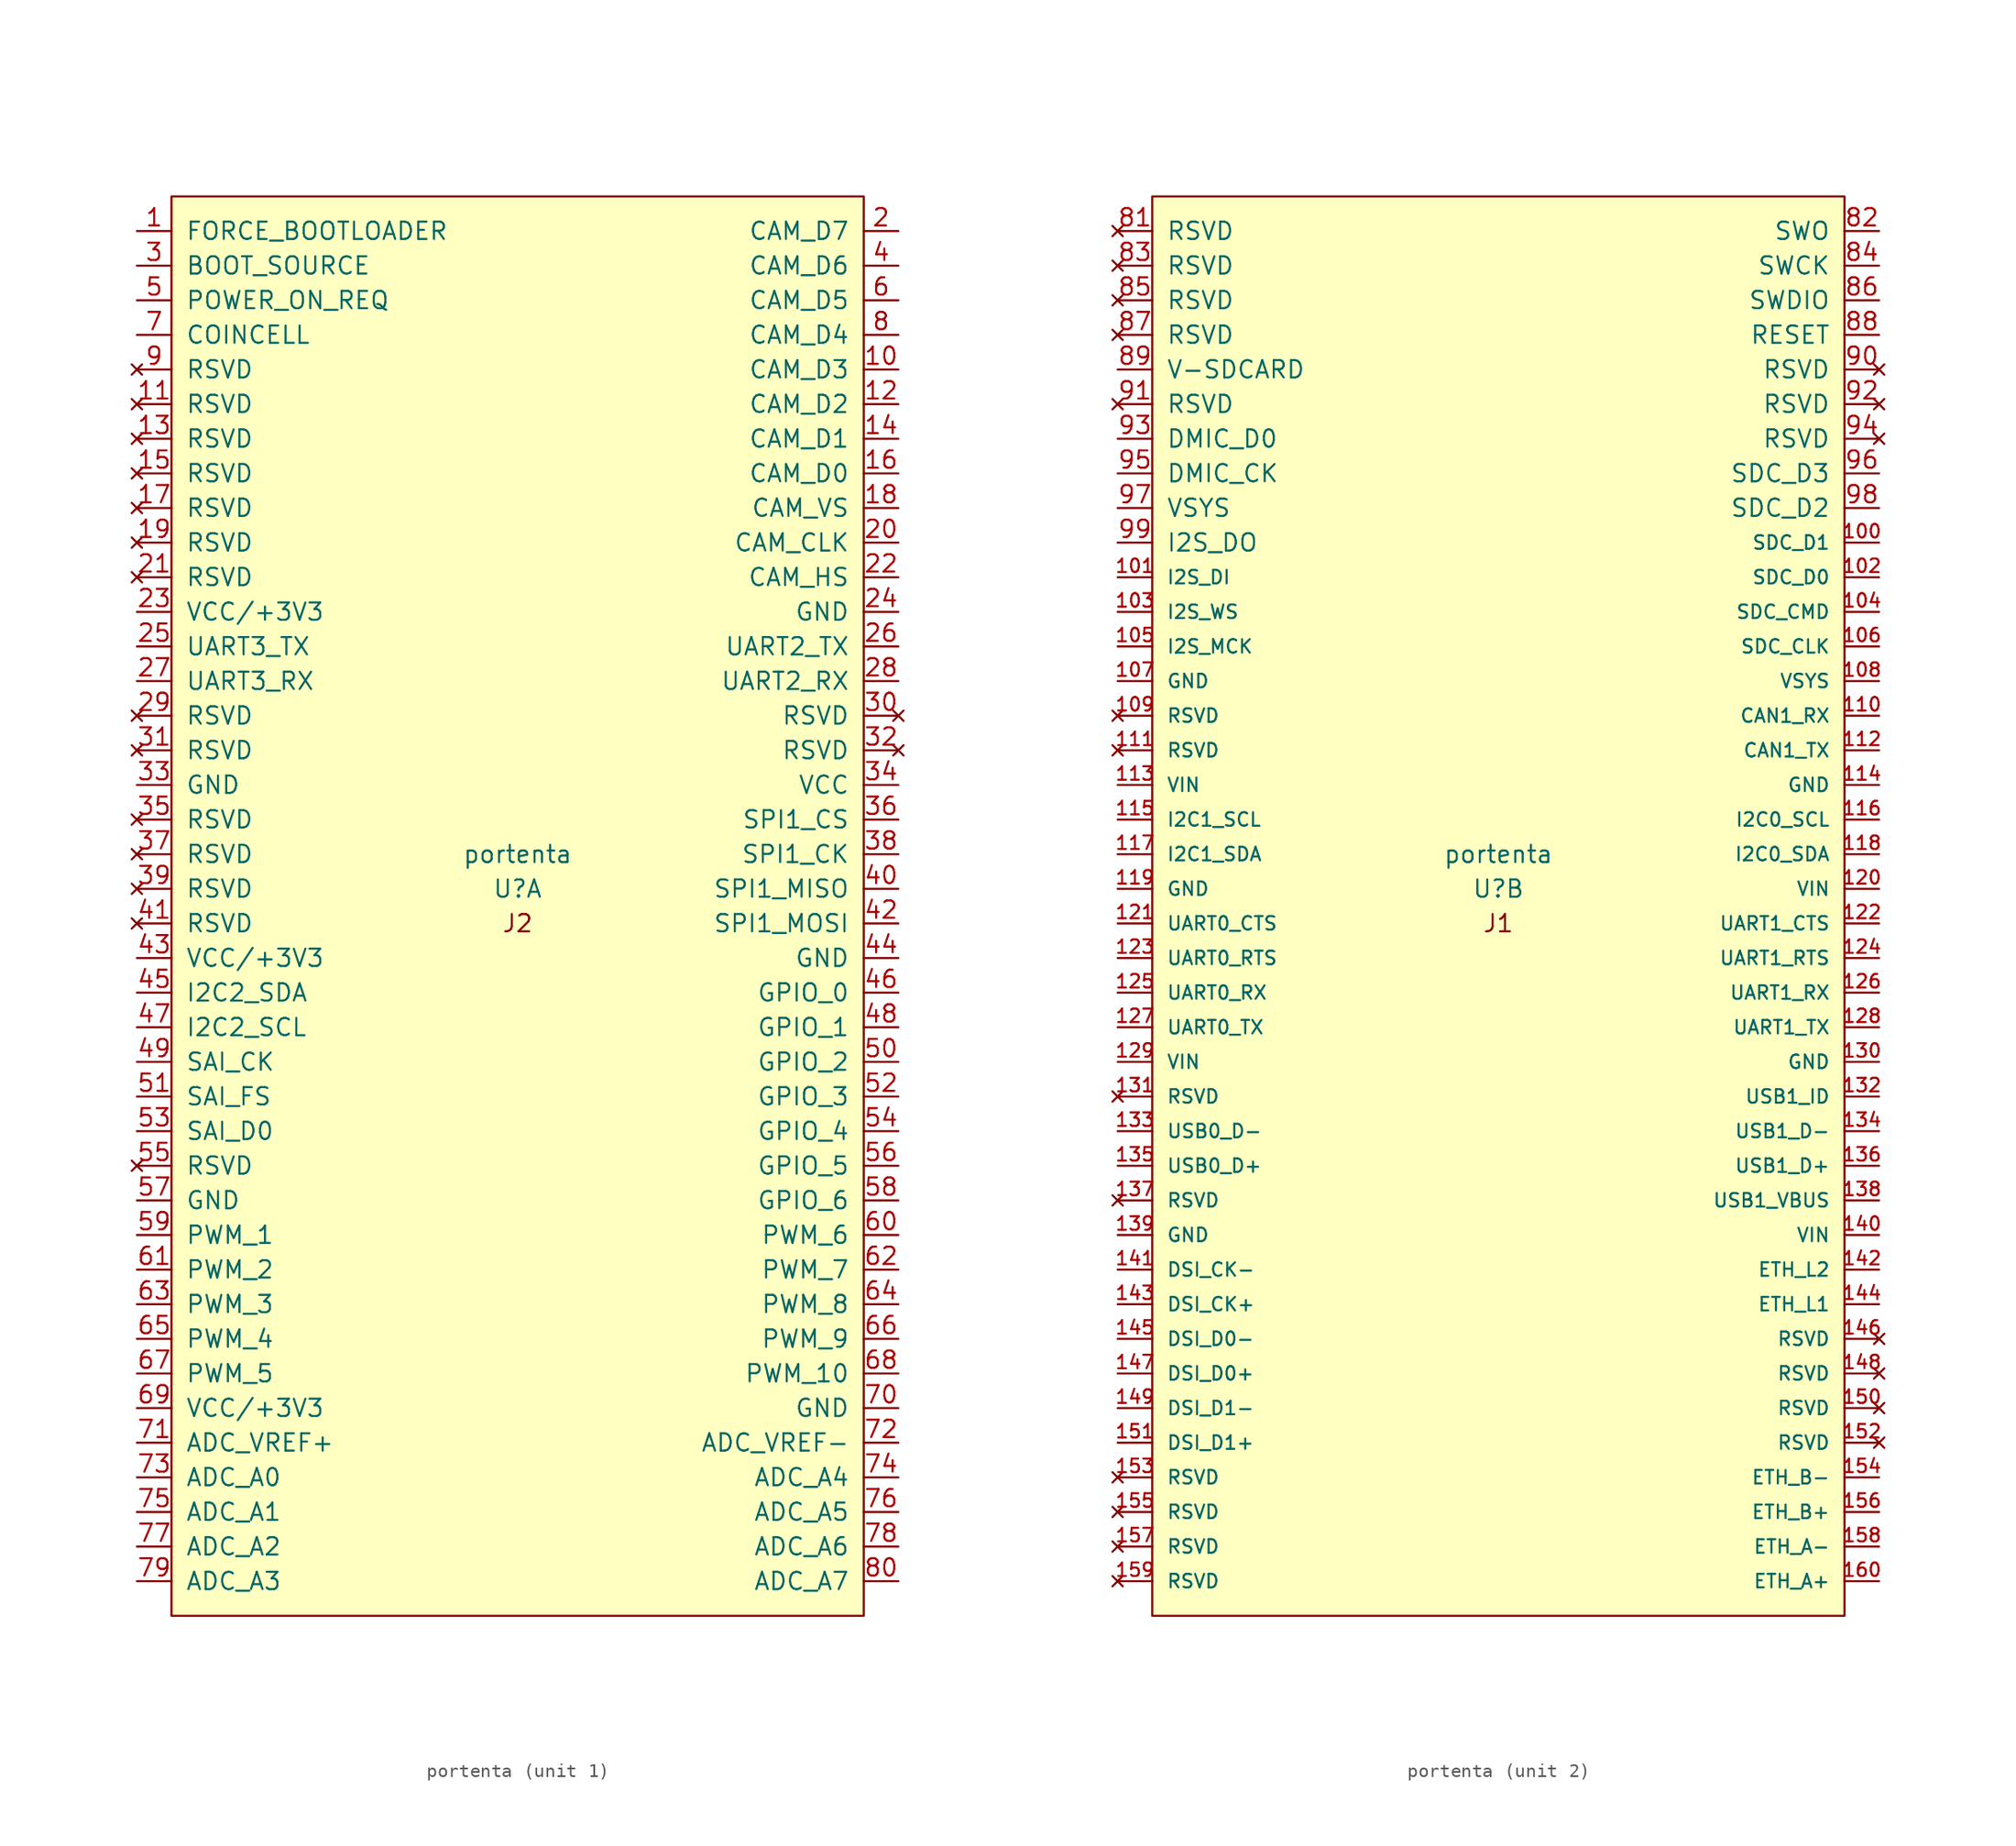
<source format=kicad_sym>
(kicad_symbol_lib
  (version 20210619)
  (generator kicad_symbol_editor)
  (symbol "cusom_symbols:portenta"
    (pin_names
      (offset 1.016))
    (property "Reference" "U"
      (at 0 0 0)
      (effects (font (size 1.27 1.27))))
    (property "Value" "portenta"
      (at 0 2.54 0)
      (effects (font (size 1.27 1.27))))
    (symbol "portenta_0_0"
      (rectangle (start -25.4 50.8) (end 25.4 -53.34) (stroke (width 0)) (fill (type background))))
    (symbol "portenta_1_1"
      (text "J2" (at 0 -2.54 0) (effects (font (size 1.27 1.27))))
      (pin input line (at -27.94 48.26 0) (length 2.54) (name "FORCE_BOOTLOADER" (effects (font (size 1.27 1.27)))) (number "1" (effects (font (size 1.27 1.27)))))
      (pin input line (at 27.94 38.1 180) (length 2.54) (name "CAM_D3" (effects (font (size 1.27 1.27)))) (number "10" (effects (font (size 1.27 1.27)))))
      (pin no_connect line (at -27.94 35.56 0) (length 2.54) (name "RSVD" (effects (font (size 1.27 1.27)))) (number "11" (effects (font (size 1.27 1.27)))))
      (pin input line (at 27.94 35.56 180) (length 2.54) (name "CAM_D2" (effects (font (size 1.27 1.27)))) (number "12" (effects (font (size 1.27 1.27)))))
      (pin no_connect line (at -27.94 33.02 0) (length 2.54) (name "RSVD" (effects (font (size 1.27 1.27)))) (number "13" (effects (font (size 1.27 1.27)))))
      (pin input line (at 27.94 33.02 180) (length 2.54) (name "CAM_D1" (effects (font (size 1.27 1.27)))) (number "14" (effects (font (size 1.27 1.27)))))
      (pin no_connect line (at -27.94 30.48 0) (length 2.54) (name "RSVD" (effects (font (size 1.27 1.27)))) (number "15" (effects (font (size 1.27 1.27)))))
      (pin input line (at 27.94 30.48 180) (length 2.54) (name "CAM_D0" (effects (font (size 1.27 1.27)))) (number "16" (effects (font (size 1.27 1.27)))))
      (pin no_connect line (at -27.94 27.94 0) (length 2.54) (name "RSVD" (effects (font (size 1.27 1.27)))) (number "17" (effects (font (size 1.27 1.27)))))
      (pin input line (at 27.94 27.94 180) (length 2.54) (name "CAM_VS" (effects (font (size 1.27 1.27)))) (number "18" (effects (font (size 1.27 1.27)))))
      (pin no_connect line (at -27.94 25.4 0) (length 2.54) (name "RSVD" (effects (font (size 1.27 1.27)))) (number "19" (effects (font (size 1.27 1.27)))))
      (pin input line (at 27.94 48.26 180) (length 2.54) (name "CAM_D7" (effects (font (size 1.27 1.27)))) (number "2" (effects (font (size 1.27 1.27)))))
      (pin input line (at 27.94 25.4 180) (length 2.54) (name "CAM_CLK" (effects (font (size 1.27 1.27)))) (number "20" (effects (font (size 1.27 1.27)))))
      (pin no_connect line (at -27.94 22.86 0) (length 2.54) (name "RSVD" (effects (font (size 1.27 1.27)))) (number "21" (effects (font (size 1.27 1.27)))))
      (pin input line (at 27.94 22.86 180) (length 2.54) (name "CAM_HS" (effects (font (size 1.27 1.27)))) (number "22" (effects (font (size 1.27 1.27)))))
      (pin input line (at -27.94 20.32 0) (length 2.54) (name "VCC/+3V3" (effects (font (size 1.27 1.27)))) (number "23" (effects (font (size 1.27 1.27)))))
      (pin input line (at 27.94 20.32 180) (length 2.54) (name "GND" (effects (font (size 1.27 1.27)))) (number "24" (effects (font (size 1.27 1.27)))))
      (pin input line (at -27.94 17.78 0) (length 2.54) (name "UART3_TX" (effects (font (size 1.27 1.27)))) (number "25" (effects (font (size 1.27 1.27)))))
      (pin input line (at 27.94 17.78 180) (length 2.54) (name "UART2_TX" (effects (font (size 1.27 1.27)))) (number "26" (effects (font (size 1.27 1.27)))))
      (pin input line (at -27.94 15.24 0) (length 2.54) (name "UART3_RX" (effects (font (size 1.27 1.27)))) (number "27" (effects (font (size 1.27 1.27)))))
      (pin input line (at 27.94 15.24 180) (length 2.54) (name "UART2_RX" (effects (font (size 1.27 1.27)))) (number "28" (effects (font (size 1.27 1.27)))))
      (pin no_connect line (at -27.94 12.7 0) (length 2.54) (name "RSVD" (effects (font (size 1.27 1.27)))) (number "29" (effects (font (size 1.27 1.27)))))
      (pin input line (at -27.94 45.72 0) (length 2.54) (name "BOOT_SOURCE" (effects (font (size 1.27 1.27)))) (number "3" (effects (font (size 1.27 1.27)))))
      (pin no_connect line (at 27.94 12.7 180) (length 2.54) (name "RSVD" (effects (font (size 1.27 1.27)))) (number "30" (effects (font (size 1.27 1.27)))))
      (pin no_connect line (at -27.94 10.16 0) (length 2.54) (name "RSVD" (effects (font (size 1.27 1.27)))) (number "31" (effects (font (size 1.27 1.27)))))
      (pin no_connect line (at 27.94 10.16 180) (length 2.54) (name "RSVD" (effects (font (size 1.27 1.27)))) (number "32" (effects (font (size 1.27 1.27)))))
      (pin input line (at -27.94 7.62 0) (length 2.54) (name "GND" (effects (font (size 1.27 1.27)))) (number "33" (effects (font (size 1.27 1.27)))))
      (pin input line (at 27.94 7.62 180) (length 2.54) (name "VCC" (effects (font (size 1.27 1.27)))) (number "34" (effects (font (size 1.27 1.27)))))
      (pin no_connect line (at -27.94 5.08 0) (length 2.54) (name "RSVD" (effects (font (size 1.27 1.27)))) (number "35" (effects (font (size 1.27 1.27)))))
      (pin input line (at 27.94 5.08 180) (length 2.54) (name "SPI1_CS" (effects (font (size 1.27 1.27)))) (number "36" (effects (font (size 1.27 1.27)))))
      (pin no_connect line (at -27.94 2.54 0) (length 2.54) (name "RSVD" (effects (font (size 1.27 1.27)))) (number "37" (effects (font (size 1.27 1.27)))))
      (pin input line (at 27.94 2.54 180) (length 2.54) (name "SPI1_CK" (effects (font (size 1.27 1.27)))) (number "38" (effects (font (size 1.27 1.27)))))
      (pin no_connect line (at -27.94 0 0) (length 2.54) (name "RSVD" (effects (font (size 1.27 1.27)))) (number "39" (effects (font (size 1.27 1.27)))))
      (pin input line (at 27.94 45.72 180) (length 2.54) (name "CAM_D6" (effects (font (size 1.27 1.27)))) (number "4" (effects (font (size 1.27 1.27)))))
      (pin input line (at 27.94 0 180) (length 2.54) (name "SPI1_MISO" (effects (font (size 1.27 1.27)))) (number "40" (effects (font (size 1.27 1.27)))))
      (pin no_connect line (at -27.94 -2.54 0) (length 2.54) (name "RSVD" (effects (font (size 1.27 1.27)))) (number "41" (effects (font (size 1.27 1.27)))))
      (pin input line (at 27.94 -2.54 180) (length 2.54) (name "SPI1_MOSI" (effects (font (size 1.27 1.27)))) (number "42" (effects (font (size 1.27 1.27)))))
      (pin input line (at -27.94 -5.08 0) (length 2.54) (name "VCC/+3V3" (effects (font (size 1.27 1.27)))) (number "43" (effects (font (size 1.27 1.27)))))
      (pin input line (at 27.94 -5.08 180) (length 2.54) (name "GND" (effects (font (size 1.27 1.27)))) (number "44" (effects (font (size 1.27 1.27)))))
      (pin input line (at -27.94 -7.62 0) (length 2.54) (name "I2C2_SDA" (effects (font (size 1.27 1.27)))) (number "45" (effects (font (size 1.27 1.27)))))
      (pin input line (at 27.94 -7.62 180) (length 2.54) (name "GPIO_0" (effects (font (size 1.27 1.27)))) (number "46" (effects (font (size 1.27 1.27)))))
      (pin input line (at -27.94 -10.16 0) (length 2.54) (name "I2C2_SCL" (effects (font (size 1.27 1.27)))) (number "47" (effects (font (size 1.27 1.27)))))
      (pin input line (at 27.94 -10.16 180) (length 2.54) (name "GPIO_1" (effects (font (size 1.27 1.27)))) (number "48" (effects (font (size 1.27 1.27)))))
      (pin input line (at -27.94 -12.7 0) (length 2.54) (name "SAI_CK" (effects (font (size 1.27 1.27)))) (number "49" (effects (font (size 1.27 1.27)))))
      (pin input line (at -27.94 43.18 0) (length 2.54) (name "POWER_ON_REQ" (effects (font (size 1.27 1.27)))) (number "5" (effects (font (size 1.27 1.27)))))
      (pin input line (at 27.94 -12.7 180) (length 2.54) (name "GPIO_2" (effects (font (size 1.27 1.27)))) (number "50" (effects (font (size 1.27 1.27)))))
      (pin input line (at -27.94 -15.24 0) (length 2.54) (name "SAI_FS" (effects (font (size 1.27 1.27)))) (number "51" (effects (font (size 1.27 1.27)))))
      (pin input line (at 27.94 -15.24 180) (length 2.54) (name "GPIO_3" (effects (font (size 1.27 1.27)))) (number "52" (effects (font (size 1.27 1.27)))))
      (pin input line (at -27.94 -17.78 0) (length 2.54) (name "SAI_D0" (effects (font (size 1.27 1.27)))) (number "53" (effects (font (size 1.27 1.27)))))
      (pin input line (at 27.94 -17.78 180) (length 2.54) (name "GPIO_4" (effects (font (size 1.27 1.27)))) (number "54" (effects (font (size 1.27 1.27)))))
      (pin no_connect line (at -27.94 -20.32 0) (length 2.54) (name "RSVD" (effects (font (size 1.27 1.27)))) (number "55" (effects (font (size 1.27 1.27)))))
      (pin input line (at 27.94 -20.32 180) (length 2.54) (name "GPIO_5" (effects (font (size 1.27 1.27)))) (number "56" (effects (font (size 1.27 1.27)))))
      (pin input line (at -27.94 -22.86 0) (length 2.54) (name "GND" (effects (font (size 1.27 1.27)))) (number "57" (effects (font (size 1.27 1.27)))))
      (pin input line (at 27.94 -22.86 180) (length 2.54) (name "GPIO_6" (effects (font (size 1.27 1.27)))) (number "58" (effects (font (size 1.27 1.27)))))
      (pin input line (at -27.94 -25.4 0) (length 2.54) (name "PWM_1" (effects (font (size 1.27 1.27)))) (number "59" (effects (font (size 1.27 1.27)))))
      (pin input line (at 27.94 43.18 180) (length 2.54) (name "CAM_D5" (effects (font (size 1.27 1.27)))) (number "6" (effects (font (size 1.27 1.27)))))
      (pin input line (at 27.94 -25.4 180) (length 2.54) (name "PWM_6" (effects (font (size 1.27 1.27)))) (number "60" (effects (font (size 1.27 1.27)))))
      (pin input line (at -27.94 -27.94 0) (length 2.54) (name "PWM_2" (effects (font (size 1.27 1.27)))) (number "61" (effects (font (size 1.27 1.27)))))
      (pin input line (at 27.94 -27.94 180) (length 2.54) (name "PWM_7" (effects (font (size 1.27 1.27)))) (number "62" (effects (font (size 1.27 1.27)))))
      (pin input line (at -27.94 -30.48 0) (length 2.54) (name "PWM_3" (effects (font (size 1.27 1.27)))) (number "63" (effects (font (size 1.27 1.27)))))
      (pin input line (at 27.94 -30.48 180) (length 2.54) (name "PWM_8" (effects (font (size 1.27 1.27)))) (number "64" (effects (font (size 1.27 1.27)))))
      (pin input line (at -27.94 -33.02 0) (length 2.54) (name "PWM_4" (effects (font (size 1.27 1.27)))) (number "65" (effects (font (size 1.27 1.27)))))
      (pin input line (at 27.94 -33.02 180) (length 2.54) (name "PWM_9" (effects (font (size 1.27 1.27)))) (number "66" (effects (font (size 1.27 1.27)))))
      (pin input line (at -27.94 -35.56 0) (length 2.54) (name "PWM_5" (effects (font (size 1.27 1.27)))) (number "67" (effects (font (size 1.27 1.27)))))
      (pin input line (at 27.94 -35.56 180) (length 2.54) (name "PWM_10" (effects (font (size 1.27 1.27)))) (number "68" (effects (font (size 1.27 1.27)))))
      (pin input line (at -27.94 -38.1 0) (length 2.54) (name "VCC/+3V3" (effects (font (size 1.27 1.27)))) (number "69" (effects (font (size 1.27 1.27)))))
      (pin input line (at -27.94 40.64 0) (length 2.54) (name "COINCELL" (effects (font (size 1.27 1.27)))) (number "7" (effects (font (size 1.27 1.27)))))
      (pin input line (at 27.94 -38.1 180) (length 2.54) (name "GND" (effects (font (size 1.27 1.27)))) (number "70" (effects (font (size 1.27 1.27)))))
      (pin input line (at -27.94 -40.64 0) (length 2.54) (name "ADC_VREF+" (effects (font (size 1.27 1.27)))) (number "71" (effects (font (size 1.27 1.27)))))
      (pin input line (at 27.94 -40.64 180) (length 2.54) (name "ADC_VREF-" (effects (font (size 1.27 1.27)))) (number "72" (effects (font (size 1.27 1.27)))))
      (pin input line (at -27.94 -43.18 0) (length 2.54) (name "ADC_A0" (effects (font (size 1.27 1.27)))) (number "73" (effects (font (size 1.27 1.27)))))
      (pin input line (at 27.94 -43.18 180) (length 2.54) (name "ADC_A4" (effects (font (size 1.27 1.27)))) (number "74" (effects (font (size 1.27 1.27)))))
      (pin input line (at -27.94 -45.72 0) (length 2.54) (name "ADC_A1" (effects (font (size 1.27 1.27)))) (number "75" (effects (font (size 1.27 1.27)))))
      (pin input line (at 27.94 -45.72 180) (length 2.54) (name "ADC_A5" (effects (font (size 1.27 1.27)))) (number "76" (effects (font (size 1.27 1.27)))))
      (pin input line (at -27.94 -48.26 0) (length 2.54) (name "ADC_A2" (effects (font (size 1.27 1.27)))) (number "77" (effects (font (size 1.27 1.27)))))
      (pin input line (at 27.94 -48.26 180) (length 2.54) (name "ADC_A6" (effects (font (size 1.27 1.27)))) (number "78" (effects (font (size 1.27 1.27)))))
      (pin input line (at -27.94 -50.8 0) (length 2.54) (name "ADC_A3" (effects (font (size 1.27 1.27)))) (number "79" (effects (font (size 1.27 1.27)))))
      (pin input line (at 27.94 40.64 180) (length 2.54) (name "CAM_D4" (effects (font (size 1.27 1.27)))) (number "8" (effects (font (size 1.27 1.27)))))
      (pin input line (at 27.94 -50.8 180) (length 2.54) (name "ADC_A7" (effects (font (size 1.27 1.27)))) (number "80" (effects (font (size 1.27 1.27)))))
      (pin no_connect line (at -27.94 38.1 0) (length 2.54) (name "RSVD" (effects (font (size 1.27 1.27)))) (number "9" (effects (font (size 1.27 1.27))))))
    (symbol "portenta_2_1"
      (text "J1" (at 0 -2.54 0) (effects (font (size 1.27 1.27))))
      (pin input line (at 27.94 25.4 180) (length 2.54) (name "SDC_D1" (effects (font (size 0.991 0.991)))) (number "100" (effects (font (size 0.991 0.991)))))
      (pin input line (at -27.94 22.86 0) (length 2.54) (name "I2S_DI" (effects (font (size 0.991 0.991)))) (number "101" (effects (font (size 0.991 0.991)))))
      (pin input line (at 27.94 22.86 180) (length 2.54) (name "SDC_D0" (effects (font (size 0.991 0.991)))) (number "102" (effects (font (size 0.991 0.991)))))
      (pin input line (at -27.94 20.32 0) (length 2.54) (name "I2S_WS" (effects (font (size 0.991 0.991)))) (number "103" (effects (font (size 0.991 0.991)))))
      (pin input line (at 27.94 20.32 180) (length 2.54) (name "SDC_CMD" (effects (font (size 0.991 0.991)))) (number "104" (effects (font (size 0.991 0.991)))))
      (pin input line (at -27.94 17.78 0) (length 2.54) (name "I2S_MCK" (effects (font (size 0.991 0.991)))) (number "105" (effects (font (size 0.991 0.991)))))
      (pin input line (at 27.94 17.78 180) (length 2.54) (name "SDC_CLK" (effects (font (size 0.991 0.991)))) (number "106" (effects (font (size 0.991 0.991)))))
      (pin input line (at -27.94 15.24 0) (length 2.54) (name "GND" (effects (font (size 0.991 0.991)))) (number "107" (effects (font (size 0.991 0.991)))))
      (pin input line (at 27.94 15.24 180) (length 2.54) (name "VSYS" (effects (font (size 0.991 0.991)))) (number "108" (effects (font (size 0.991 0.991)))))
      (pin no_connect line (at -27.94 12.7 0) (length 2.54) (name "RSVD" (effects (font (size 0.991 0.991)))) (number "109" (effects (font (size 0.991 0.991)))))
      (pin input line (at 27.94 12.7 180) (length 2.54) (name "CAN1_RX" (effects (font (size 0.991 0.991)))) (number "110" (effects (font (size 0.991 0.991)))))
      (pin no_connect line (at -27.94 10.16 0) (length 2.54) (name "RSVD" (effects (font (size 0.991 0.991)))) (number "111" (effects (font (size 0.991 0.991)))))
      (pin input line (at 27.94 10.16 180) (length 2.54) (name "CAN1_TX" (effects (font (size 0.991 0.991)))) (number "112" (effects (font (size 0.991 0.991)))))
      (pin input line (at -27.94 7.62 0) (length 2.54) (name "VIN" (effects (font (size 0.991 0.991)))) (number "113" (effects (font (size 0.991 0.991)))))
      (pin input line (at 27.94 7.62 180) (length 2.54) (name "GND" (effects (font (size 0.991 0.991)))) (number "114" (effects (font (size 0.991 0.991)))))
      (pin input line (at -27.94 5.08 0) (length 2.54) (name "I2C1_SCL" (effects (font (size 0.991 0.991)))) (number "115" (effects (font (size 0.991 0.991)))))
      (pin input line (at 27.94 5.08 180) (length 2.54) (name "I2C0_SCL" (effects (font (size 0.991 0.991)))) (number "116" (effects (font (size 0.991 0.991)))))
      (pin input line (at -27.94 2.54 0) (length 2.54) (name "I2C1_SDA" (effects (font (size 0.991 0.991)))) (number "117" (effects (font (size 0.991 0.991)))))
      (pin input line (at 27.94 2.54 180) (length 2.54) (name "I2C0_SDA" (effects (font (size 0.991 0.991)))) (number "118" (effects (font (size 0.991 0.991)))))
      (pin power_in line (at -27.94 0 0) (length 2.54) (name "GND" (effects (font (size 0.991 0.991)))) (number "119" (effects (font (size 0.991 0.991)))))
      (pin input line (at 27.94 0 180) (length 2.54) (name "VIN" (effects (font (size 0.991 0.991)))) (number "120" (effects (font (size 0.991 0.991)))))
      (pin input line (at -27.94 -2.54 0) (length 2.54) (name "UART0_CTS" (effects (font (size 0.991 0.991)))) (number "121" (effects (font (size 0.991 0.991)))))
      (pin input line (at 27.94 -2.54 180) (length 2.54) (name "UART1_CTS" (effects (font (size 0.991 0.991)))) (number "122" (effects (font (size 0.991 0.991)))))
      (pin input line (at -27.94 -5.08 0) (length 2.54) (name "UART0_RTS" (effects (font (size 0.991 0.991)))) (number "123" (effects (font (size 0.991 0.991)))))
      (pin input line (at 27.94 -5.08 180) (length 2.54) (name "UART1_RTS" (effects (font (size 0.991 0.991)))) (number "124" (effects (font (size 0.991 0.991)))))
      (pin input line (at -27.94 -7.62 0) (length 2.54) (name "UART0_RX" (effects (font (size 0.991 0.991)))) (number "125" (effects (font (size 0.991 0.991)))))
      (pin input line (at 27.94 -7.62 180) (length 2.54) (name "UART1_RX" (effects (font (size 0.991 0.991)))) (number "126" (effects (font (size 0.991 0.991)))))
      (pin input line (at -27.94 -10.16 0) (length 2.54) (name "UART0_TX" (effects (font (size 0.991 0.991)))) (number "127" (effects (font (size 0.991 0.991)))))
      (pin input line (at 27.94 -10.16 180) (length 2.54) (name "UART1_TX" (effects (font (size 0.991 0.991)))) (number "128" (effects (font (size 0.991 0.991)))))
      (pin power_in line (at -27.94 -12.7 0) (length 2.54) (name "VIN" (effects (font (size 0.991 0.991)))) (number "129" (effects (font (size 0.991 0.991)))))
      (pin input line (at 27.94 -12.7 180) (length 2.54) (name "GND" (effects (font (size 0.991 0.991)))) (number "130" (effects (font (size 0.991 0.991)))))
      (pin no_connect line (at -27.94 -15.24 0) (length 2.54) (name "RSVD" (effects (font (size 0.991 0.991)))) (number "131" (effects (font (size 0.991 0.991)))))
      (pin input line (at 27.94 -15.24 180) (length 2.54) (name "USB1_ID" (effects (font (size 0.991 0.991)))) (number "132" (effects (font (size 0.991 0.991)))))
      (pin input line (at -27.94 -17.78 0) (length 2.54) (name "USB0_D-" (effects (font (size 0.991 0.991)))) (number "133" (effects (font (size 0.991 0.991)))))
      (pin input line (at 27.94 -17.78 180) (length 2.54) (name "USB1_D-" (effects (font (size 0.991 0.991)))) (number "134" (effects (font (size 0.991 0.991)))))
      (pin input line (at -27.94 -20.32 0) (length 2.54) (name "USB0_D+" (effects (font (size 0.991 0.991)))) (number "135" (effects (font (size 0.991 0.991)))))
      (pin input line (at 27.94 -20.32 180) (length 2.54) (name "USB1_D+" (effects (font (size 0.991 0.991)))) (number "136" (effects (font (size 0.991 0.991)))))
      (pin no_connect line (at -27.94 -22.86 0) (length 2.54) (name "RSVD" (effects (font (size 0.991 0.991)))) (number "137" (effects (font (size 0.991 0.991)))))
      (pin input line (at 27.94 -22.86 180) (length 2.54) (name "USB1_VBUS" (effects (font (size 0.991 0.991)))) (number "138" (effects (font (size 0.991 0.991)))))
      (pin power_in line (at -27.94 -25.4 0) (length 2.54) (name "GND" (effects (font (size 0.991 0.991)))) (number "139" (effects (font (size 0.991 0.991)))))
      (pin input line (at 27.94 -25.4 180) (length 2.54) (name "VIN" (effects (font (size 0.991 0.991)))) (number "140" (effects (font (size 0.991 0.991)))))
      (pin input line (at -27.94 -27.94 0) (length 2.54) (name "DSI_CK-" (effects (font (size 0.991 0.991)))) (number "141" (effects (font (size 0.991 0.991)))))
      (pin input line (at 27.94 -27.94 180) (length 2.54) (name "ETH_L2" (effects (font (size 0.991 0.991)))) (number "142" (effects (font (size 0.991 0.991)))))
      (pin input line (at -27.94 -30.48 0) (length 2.54) (name "DSI_CK+" (effects (font (size 0.991 0.991)))) (number "143" (effects (font (size 0.991 0.991)))))
      (pin input line (at 27.94 -30.48 180) (length 2.54) (name "ETH_L1" (effects (font (size 0.991 0.991)))) (number "144" (effects (font (size 0.991 0.991)))))
      (pin input line (at -27.94 -33.02 0) (length 2.54) (name "DSI_D0-" (effects (font (size 0.991 0.991)))) (number "145" (effects (font (size 0.991 0.991)))))
      (pin no_connect line (at 27.94 -33.02 180) (length 2.54) (name "RSVD" (effects (font (size 0.991 0.991)))) (number "146" (effects (font (size 0.991 0.991)))))
      (pin input line (at -27.94 -35.56 0) (length 2.54) (name "DSI_D0+" (effects (font (size 0.991 0.991)))) (number "147" (effects (font (size 0.991 0.991)))))
      (pin no_connect line (at 27.94 -35.56 180) (length 2.54) (name "RSVD" (effects (font (size 0.991 0.991)))) (number "148" (effects (font (size 0.991 0.991)))))
      (pin input line (at -27.94 -38.1 0) (length 2.54) (name "DSI_D1-" (effects (font (size 0.991 0.991)))) (number "149" (effects (font (size 0.991 0.991)))))
      (pin no_connect line (at 27.94 -38.1 180) (length 2.54) (name "RSVD" (effects (font (size 0.991 0.991)))) (number "150" (effects (font (size 0.991 0.991)))))
      (pin input line (at -27.94 -40.64 0) (length 2.54) (name "DSI_D1+" (effects (font (size 0.991 0.991)))) (number "151" (effects (font (size 0.991 0.991)))))
      (pin no_connect line (at 27.94 -40.64 180) (length 2.54) (name "RSVD" (effects (font (size 0.991 0.991)))) (number "152" (effects (font (size 0.991 0.991)))))
      (pin no_connect line (at -27.94 -43.18 0) (length 2.54) (name "RSVD" (effects (font (size 0.991 0.991)))) (number "153" (effects (font (size 0.991 0.991)))))
      (pin input line (at 27.94 -43.18 180) (length 2.54) (name "ETH_B-" (effects (font (size 0.991 0.991)))) (number "154" (effects (font (size 0.991 0.991)))))
      (pin no_connect line (at -27.94 -45.72 0) (length 2.54) (name "RSVD" (effects (font (size 0.991 0.991)))) (number "155" (effects (font (size 0.991 0.991)))))
      (pin input line (at 27.94 -45.72 180) (length 2.54) (name "ETH_B+" (effects (font (size 0.991 0.991)))) (number "156" (effects (font (size 0.991 0.991)))))
      (pin no_connect line (at -27.94 -48.26 0) (length 2.54) (name "RSVD" (effects (font (size 0.991 0.991)))) (number "157" (effects (font (size 0.991 0.991)))))
      (pin input line (at 27.94 -48.26 180) (length 2.54) (name "ETH_A-" (effects (font (size 0.991 0.991)))) (number "158" (effects (font (size 0.991 0.991)))))
      (pin no_connect line (at -27.94 -50.8 0) (length 2.54) (name "RSVD" (effects (font (size 0.991 0.991)))) (number "159" (effects (font (size 0.991 0.991)))))
      (pin input line (at 27.94 -50.8 180) (length 2.54) (name "ETH_A+" (effects (font (size 0.991 0.991)))) (number "160" (effects (font (size 0.991 0.991)))))
      (pin no_connect line (at -27.94 48.26 0) (length 2.54) (name "RSVD" (effects (font (size 1.27 1.27)))) (number "81" (effects (font (size 1.27 1.27)))))
      (pin input line (at 27.94 48.26 180) (length 2.54) (name "SWO" (effects (font (size 1.27 1.27)))) (number "82" (effects (font (size 1.27 1.27)))))
      (pin no_connect line (at -27.94 45.72 0) (length 2.54) (name "RSVD" (effects (font (size 1.27 1.27)))) (number "83" (effects (font (size 1.27 1.27)))))
      (pin input line (at 27.94 45.72 180) (length 2.54) (name "SWCK" (effects (font (size 1.27 1.27)))) (number "84" (effects (font (size 1.27 1.27)))))
      (pin no_connect line (at -27.94 43.18 0) (length 2.54) (name "RSVD" (effects (font (size 1.27 1.27)))) (number "85" (effects (font (size 1.27 1.27)))))
      (pin input line (at 27.94 43.18 180) (length 2.54) (name "SWDIO" (effects (font (size 1.27 1.27)))) (number "86" (effects (font (size 1.27 1.27)))))
      (pin no_connect line (at -27.94 40.64 0) (length 2.54) (name "RSVD" (effects (font (size 1.27 1.27)))) (number "87" (effects (font (size 1.27 1.27)))))
      (pin input line (at 27.94 40.64 180) (length 2.54) (name "RESET" (effects (font (size 1.27 1.27)))) (number "88" (effects (font (size 1.27 1.27)))))
      (pin input line (at -27.94 38.1 0) (length 2.54) (name "V-SDCARD" (effects (font (size 1.27 1.27)))) (number "89" (effects (font (size 1.27 1.27)))))
      (pin no_connect line (at 27.94 38.1 180) (length 2.54) (name "RSVD" (effects (font (size 1.27 1.27)))) (number "90" (effects (font (size 1.27 1.27)))))
      (pin no_connect line (at -27.94 35.56 0) (length 2.54) (name "RSVD" (effects (font (size 1.27 1.27)))) (number "91" (effects (font (size 1.27 1.27)))))
      (pin no_connect line (at 27.94 35.56 180) (length 2.54) (name "RSVD" (effects (font (size 1.27 1.27)))) (number "92" (effects (font (size 1.27 1.27)))))
      (pin input line (at -27.94 33.02 0) (length 2.54) (name "DMIC_D0" (effects (font (size 1.27 1.27)))) (number "93" (effects (font (size 1.27 1.27)))))
      (pin no_connect line (at 27.94 33.02 180) (length 2.54) (name "RSVD" (effects (font (size 1.27 1.27)))) (number "94" (effects (font (size 1.27 1.27)))))
      (pin input line (at -27.94 30.48 0) (length 2.54) (name "DMIC_CK" (effects (font (size 1.27 1.27)))) (number "95" (effects (font (size 1.27 1.27)))))
      (pin input line (at 27.94 30.48 180) (length 2.54) (name "SDC_D3" (effects (font (size 1.27 1.27)))) (number "96" (effects (font (size 1.27 1.27)))))
      (pin input line (at -27.94 27.94 0) (length 2.54) (name "VSYS" (effects (font (size 1.27 1.27)))) (number "97" (effects (font (size 1.27 1.27)))))
      (pin input line (at 27.94 27.94 180) (length 2.54) (name "SDC_D2" (effects (font (size 1.27 1.27)))) (number "98" (effects (font (size 1.27 1.27)))))
      (pin input line (at -27.94 25.4 0) (length 2.54) (name "I2S_DO" (effects (font (size 1.27 1.27)))) (number "99" (effects (font (size 1.27 1.27))))))))
</source>
